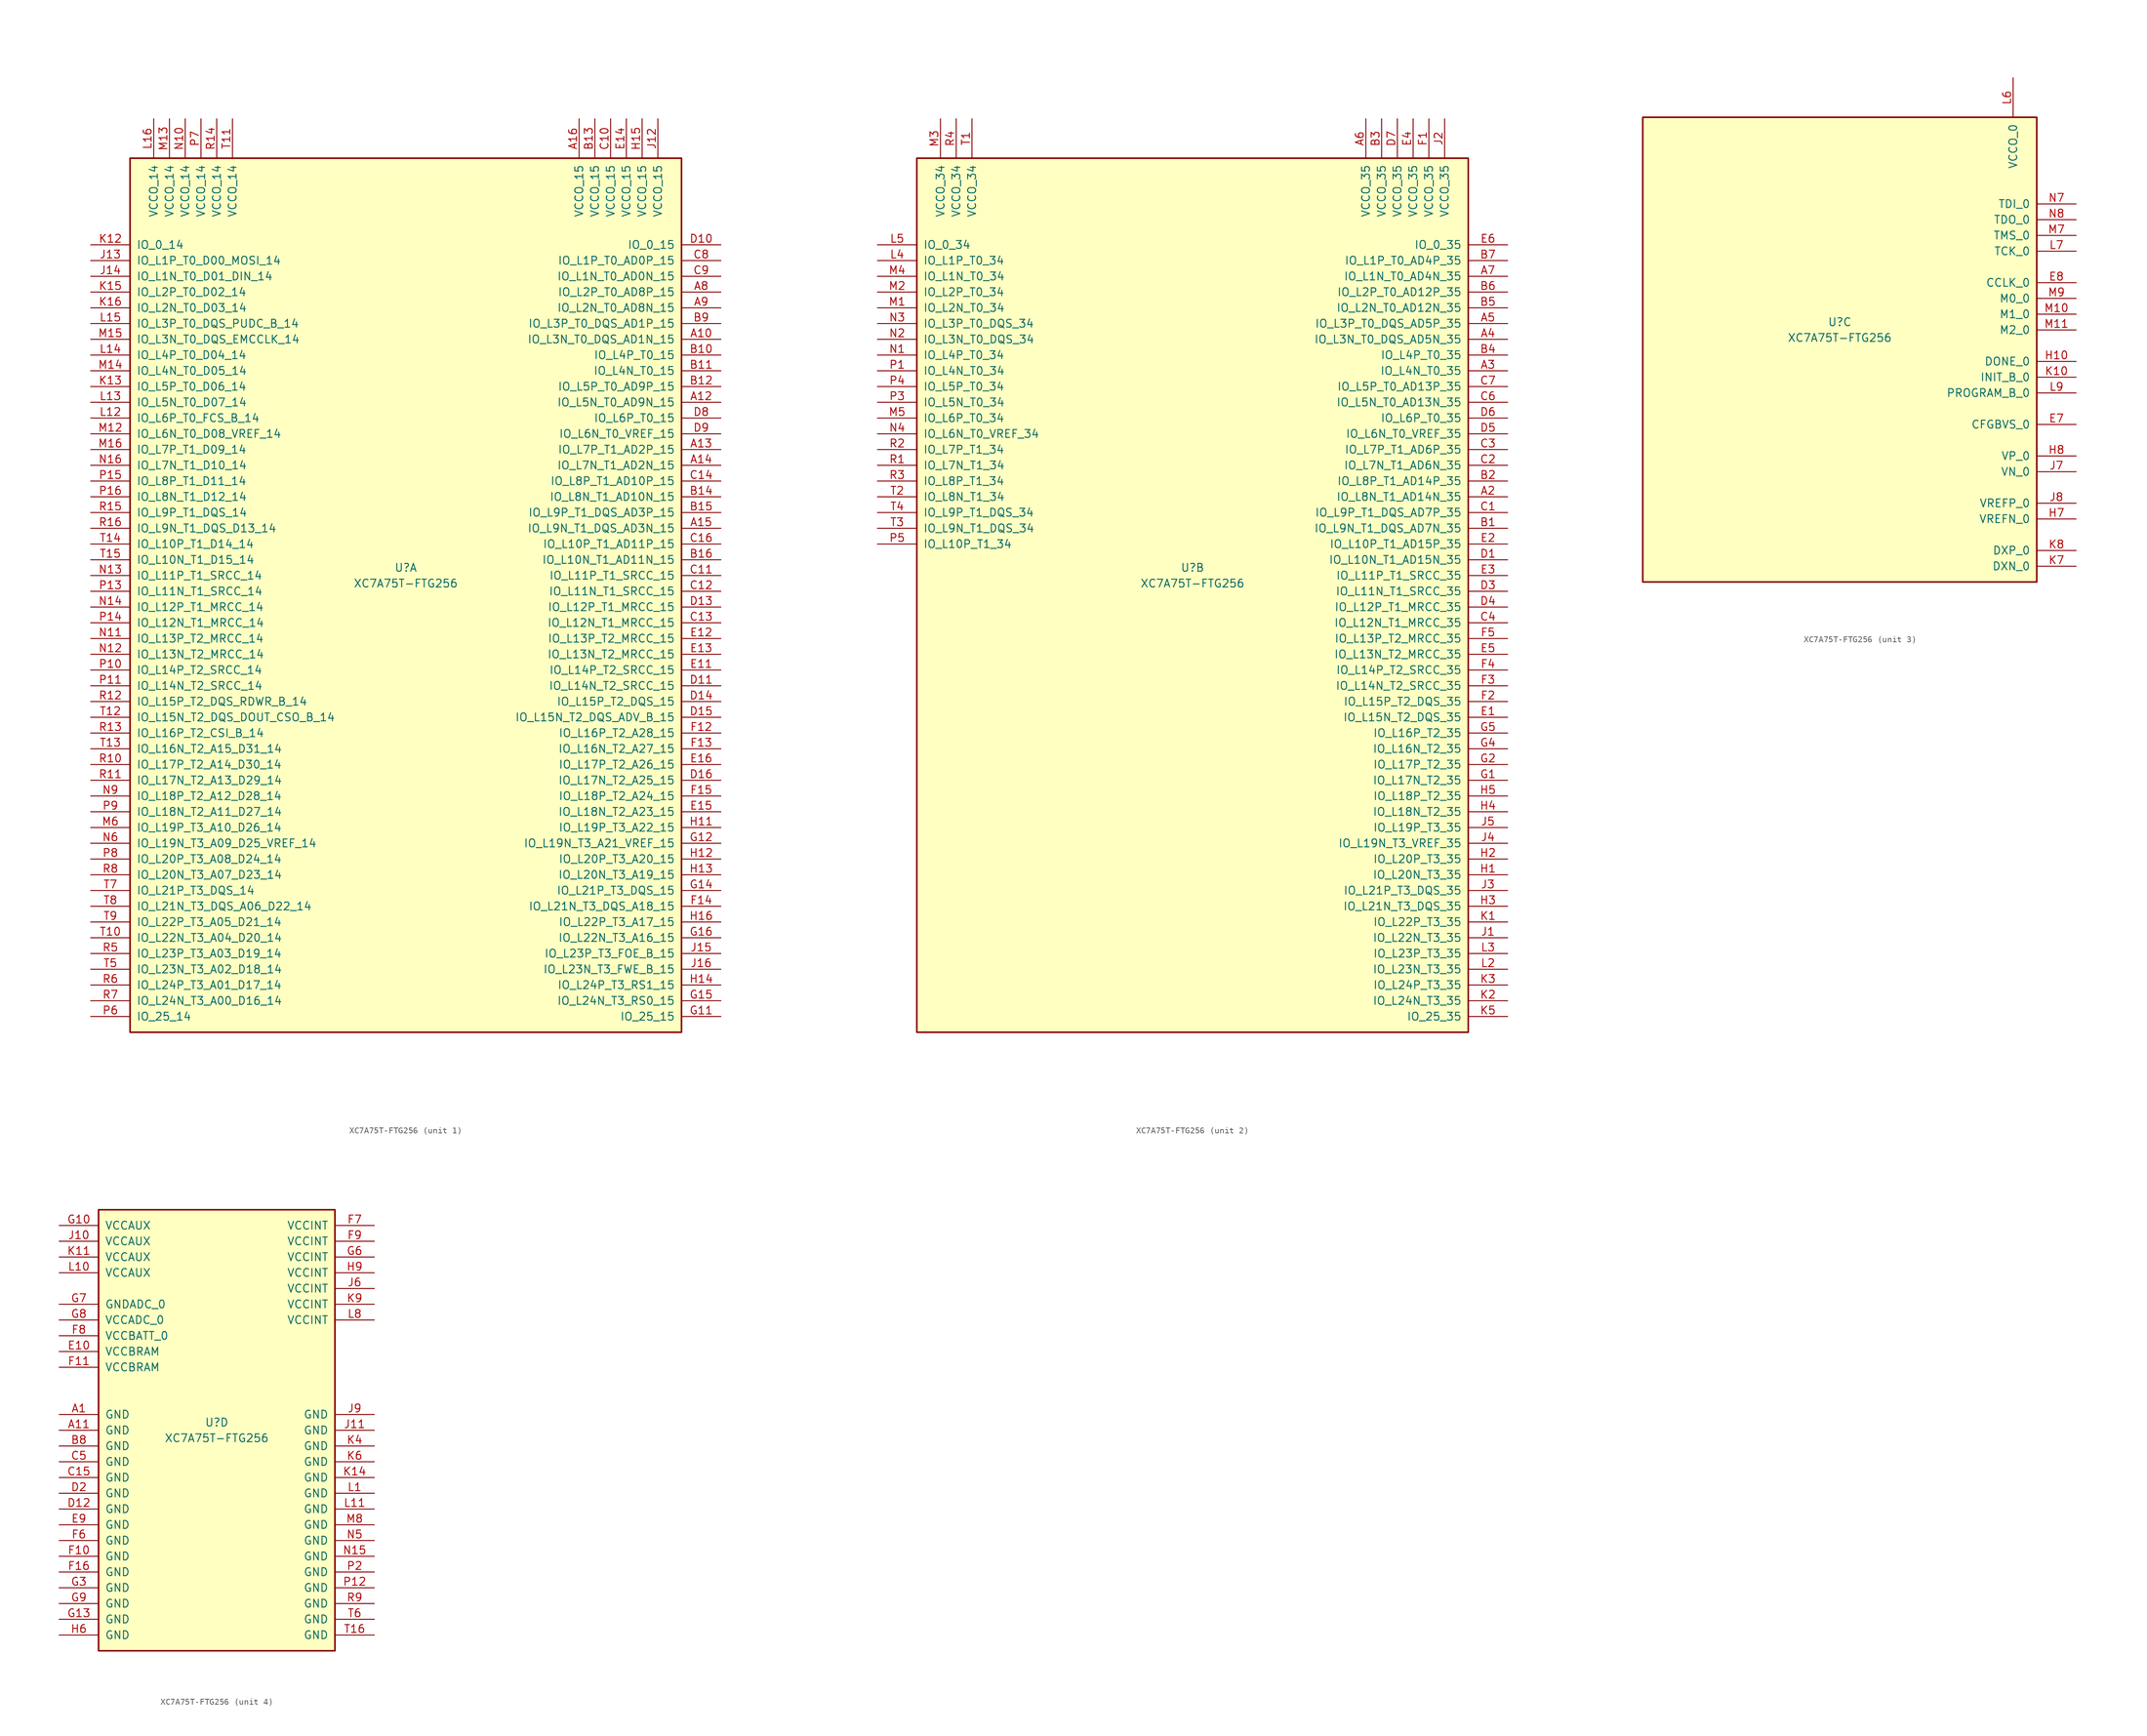
<source format=kicad_sym>
(kicad_symbol_lib
  (version 20201005)
  (generator kicad_symbol_editor)
  (symbol "XC7A75T-FTG256"
    (pin_names
      (offset 1.016))
    (property "Reference" "U"
      (at 0 1.27 0)
      (effects (font (size 1.27 1.27))))
    (property "Value" "XC7A75T-FTG256"
      (at 0 -1.27 0)
      (effects (font (size 1.27 1.27))))
    (property "Datasheet" ""
      (at 0 0 0)
      (effects (font (size 1.27 1.27))))
    (property "ki_locked" ""
      (at 0 0 0)
      (effects (font (size 1.27 1.27))))
    (symbol "XC7A75T-FTG256_1_1"
      (rectangle (start -44.45 67.31) (end 44.45 -73.66) (stroke (width 0.254)) (fill (type background)))
      (pin bidirectional line (at 50.8 38.1 180) (length 6.35) (name "IO_L3N_T0_DQS_AD1N_15" (effects (font (size 1.27 1.27)))) (number "A10" (effects (font (size 1.27 1.27)))))
      (pin bidirectional line (at 50.8 27.94 180) (length 6.35) (name "IO_L5N_T0_AD9N_15" (effects (font (size 1.27 1.27)))) (number "A12" (effects (font (size 1.27 1.27)))))
      (pin bidirectional line (at 50.8 20.32 180) (length 6.35) (name "IO_L7P_T1_AD2P_15" (effects (font (size 1.27 1.27)))) (number "A13" (effects (font (size 1.27 1.27)))))
      (pin bidirectional line (at 50.8 17.78 180) (length 6.35) (name "IO_L7N_T1_AD2N_15" (effects (font (size 1.27 1.27)))) (number "A14" (effects (font (size 1.27 1.27)))))
      (pin bidirectional line (at 50.8 7.62 180) (length 6.35) (name "IO_L9N_T1_DQS_AD3N_15" (effects (font (size 1.27 1.27)))) (number "A15" (effects (font (size 1.27 1.27)))))
      (pin power_in line (at 27.94 73.66 270) (length 6.35) (name "VCCO_15" (effects (font (size 1.27 1.27)))) (number "A16" (effects (font (size 1.27 1.27)))))
      (pin bidirectional line (at 50.8 45.72 180) (length 6.35) (name "IO_L2P_T0_AD8P_15" (effects (font (size 1.27 1.27)))) (number "A8" (effects (font (size 1.27 1.27)))))
      (pin bidirectional line (at 50.8 43.18 180) (length 6.35) (name "IO_L2N_T0_AD8N_15" (effects (font (size 1.27 1.27)))) (number "A9" (effects (font (size 1.27 1.27)))))
      (pin bidirectional line (at 50.8 35.56 180) (length 6.35) (name "IO_L4P_T0_15" (effects (font (size 1.27 1.27)))) (number "B10" (effects (font (size 1.27 1.27)))))
      (pin bidirectional line (at 50.8 33.02 180) (length 6.35) (name "IO_L4N_T0_15" (effects (font (size 1.27 1.27)))) (number "B11" (effects (font (size 1.27 1.27)))))
      (pin bidirectional line (at 50.8 30.48 180) (length 6.35) (name "IO_L5P_T0_AD9P_15" (effects (font (size 1.27 1.27)))) (number "B12" (effects (font (size 1.27 1.27)))))
      (pin power_in line (at 30.48 73.66 270) (length 6.35) (name "VCCO_15" (effects (font (size 1.27 1.27)))) (number "B13" (effects (font (size 1.27 1.27)))))
      (pin bidirectional line (at 50.8 12.7 180) (length 6.35) (name "IO_L8N_T1_AD10N_15" (effects (font (size 1.27 1.27)))) (number "B14" (effects (font (size 1.27 1.27)))))
      (pin bidirectional line (at 50.8 10.16 180) (length 6.35) (name "IO_L9P_T1_DQS_AD3P_15" (effects (font (size 1.27 1.27)))) (number "B15" (effects (font (size 1.27 1.27)))))
      (pin bidirectional line (at 50.8 2.54 180) (length 6.35) (name "IO_L10N_T1_AD11N_15" (effects (font (size 1.27 1.27)))) (number "B16" (effects (font (size 1.27 1.27)))))
      (pin bidirectional line (at 50.8 40.64 180) (length 6.35) (name "IO_L3P_T0_DQS_AD1P_15" (effects (font (size 1.27 1.27)))) (number "B9" (effects (font (size 1.27 1.27)))))
      (pin power_in line (at 33.02 73.66 270) (length 6.35) (name "VCCO_15" (effects (font (size 1.27 1.27)))) (number "C10" (effects (font (size 1.27 1.27)))))
      (pin bidirectional line (at 50.8 0 180) (length 6.35) (name "IO_L11P_T1_SRCC_15" (effects (font (size 1.27 1.27)))) (number "C11" (effects (font (size 1.27 1.27)))))
      (pin bidirectional line (at 50.8 -2.54 180) (length 6.35) (name "IO_L11N_T1_SRCC_15" (effects (font (size 1.27 1.27)))) (number "C12" (effects (font (size 1.27 1.27)))))
      (pin bidirectional line (at 50.8 -7.62 180) (length 6.35) (name "IO_L12N_T1_MRCC_15" (effects (font (size 1.27 1.27)))) (number "C13" (effects (font (size 1.27 1.27)))))
      (pin bidirectional line (at 50.8 15.24 180) (length 6.35) (name "IO_L8P_T1_AD10P_15" (effects (font (size 1.27 1.27)))) (number "C14" (effects (font (size 1.27 1.27)))))
      (pin bidirectional line (at 50.8 5.08 180) (length 6.35) (name "IO_L10P_T1_AD11P_15" (effects (font (size 1.27 1.27)))) (number "C16" (effects (font (size 1.27 1.27)))))
      (pin bidirectional line (at 50.8 50.8 180) (length 6.35) (name "IO_L1P_T0_AD0P_15" (effects (font (size 1.27 1.27)))) (number "C8" (effects (font (size 1.27 1.27)))))
      (pin bidirectional line (at 50.8 48.26 180) (length 6.35) (name "IO_L1N_T0_AD0N_15" (effects (font (size 1.27 1.27)))) (number "C9" (effects (font (size 1.27 1.27)))))
      (pin bidirectional line (at 50.8 53.34 180) (length 6.35) (name "IO_0_15" (effects (font (size 1.27 1.27)))) (number "D10" (effects (font (size 1.27 1.27)))))
      (pin bidirectional line (at 50.8 -17.78 180) (length 6.35) (name "IO_L14N_T2_SRCC_15" (effects (font (size 1.27 1.27)))) (number "D11" (effects (font (size 1.27 1.27)))))
      (pin bidirectional line (at 50.8 -5.08 180) (length 6.35) (name "IO_L12P_T1_MRCC_15" (effects (font (size 1.27 1.27)))) (number "D13" (effects (font (size 1.27 1.27)))))
      (pin bidirectional line (at 50.8 -20.32 180) (length 6.35) (name "IO_L15P_T2_DQS_15" (effects (font (size 1.27 1.27)))) (number "D14" (effects (font (size 1.27 1.27)))))
      (pin bidirectional line (at 50.8 -22.86 180) (length 6.35) (name "IO_L15N_T2_DQS_ADV_B_15" (effects (font (size 1.27 1.27)))) (number "D15" (effects (font (size 1.27 1.27)))))
      (pin bidirectional line (at 50.8 -33.02 180) (length 6.35) (name "IO_L17N_T2_A25_15" (effects (font (size 1.27 1.27)))) (number "D16" (effects (font (size 1.27 1.27)))))
      (pin bidirectional line (at 50.8 25.4 180) (length 6.35) (name "IO_L6P_T0_15" (effects (font (size 1.27 1.27)))) (number "D8" (effects (font (size 1.27 1.27)))))
      (pin bidirectional line (at 50.8 22.86 180) (length 6.35) (name "IO_L6N_T0_VREF_15" (effects (font (size 1.27 1.27)))) (number "D9" (effects (font (size 1.27 1.27)))))
      (pin bidirectional line (at 50.8 -15.24 180) (length 6.35) (name "IO_L14P_T2_SRCC_15" (effects (font (size 1.27 1.27)))) (number "E11" (effects (font (size 1.27 1.27)))))
      (pin bidirectional line (at 50.8 -10.16 180) (length 6.35) (name "IO_L13P_T2_MRCC_15" (effects (font (size 1.27 1.27)))) (number "E12" (effects (font (size 1.27 1.27)))))
      (pin bidirectional line (at 50.8 -12.7 180) (length 6.35) (name "IO_L13N_T2_MRCC_15" (effects (font (size 1.27 1.27)))) (number "E13" (effects (font (size 1.27 1.27)))))
      (pin power_in line (at 35.56 73.66 270) (length 6.35) (name "VCCO_15" (effects (font (size 1.27 1.27)))) (number "E14" (effects (font (size 1.27 1.27)))))
      (pin bidirectional line (at 50.8 -38.1 180) (length 6.35) (name "IO_L18N_T2_A23_15" (effects (font (size 1.27 1.27)))) (number "E15" (effects (font (size 1.27 1.27)))))
      (pin bidirectional line (at 50.8 -30.48 180) (length 6.35) (name "IO_L17P_T2_A26_15" (effects (font (size 1.27 1.27)))) (number "E16" (effects (font (size 1.27 1.27)))))
      (pin bidirectional line (at 50.8 -25.4 180) (length 6.35) (name "IO_L16P_T2_A28_15" (effects (font (size 1.27 1.27)))) (number "F12" (effects (font (size 1.27 1.27)))))
      (pin bidirectional line (at 50.8 -27.94 180) (length 6.35) (name "IO_L16N_T2_A27_15" (effects (font (size 1.27 1.27)))) (number "F13" (effects (font (size 1.27 1.27)))))
      (pin bidirectional line (at 50.8 -53.34 180) (length 6.35) (name "IO_L21N_T3_DQS_A18_15" (effects (font (size 1.27 1.27)))) (number "F14" (effects (font (size 1.27 1.27)))))
      (pin bidirectional line (at 50.8 -35.56 180) (length 6.35) (name "IO_L18P_T2_A24_15" (effects (font (size 1.27 1.27)))) (number "F15" (effects (font (size 1.27 1.27)))))
      (pin bidirectional line (at 50.8 -71.12 180) (length 6.35) (name "IO_25_15" (effects (font (size 1.27 1.27)))) (number "G11" (effects (font (size 1.27 1.27)))))
      (pin bidirectional line (at 50.8 -43.18 180) (length 6.35) (name "IO_L19N_T3_A21_VREF_15" (effects (font (size 1.27 1.27)))) (number "G12" (effects (font (size 1.27 1.27)))))
      (pin bidirectional line (at 50.8 -50.8 180) (length 6.35) (name "IO_L21P_T3_DQS_15" (effects (font (size 1.27 1.27)))) (number "G14" (effects (font (size 1.27 1.27)))))
      (pin bidirectional line (at 50.8 -68.58 180) (length 6.35) (name "IO_L24N_T3_RS0_15" (effects (font (size 1.27 1.27)))) (number "G15" (effects (font (size 1.27 1.27)))))
      (pin bidirectional line (at 50.8 -58.42 180) (length 6.35) (name "IO_L22N_T3_A16_15" (effects (font (size 1.27 1.27)))) (number "G16" (effects (font (size 1.27 1.27)))))
      (pin bidirectional line (at 50.8 -40.64 180) (length 6.35) (name "IO_L19P_T3_A22_15" (effects (font (size 1.27 1.27)))) (number "H11" (effects (font (size 1.27 1.27)))))
      (pin bidirectional line (at 50.8 -45.72 180) (length 6.35) (name "IO_L20P_T3_A20_15" (effects (font (size 1.27 1.27)))) (number "H12" (effects (font (size 1.27 1.27)))))
      (pin bidirectional line (at 50.8 -48.26 180) (length 6.35) (name "IO_L20N_T3_A19_15" (effects (font (size 1.27 1.27)))) (number "H13" (effects (font (size 1.27 1.27)))))
      (pin bidirectional line (at 50.8 -66.04 180) (length 6.35) (name "IO_L24P_T3_RS1_15" (effects (font (size 1.27 1.27)))) (number "H14" (effects (font (size 1.27 1.27)))))
      (pin power_in line (at 38.1 73.66 270) (length 6.35) (name "VCCO_15" (effects (font (size 1.27 1.27)))) (number "H15" (effects (font (size 1.27 1.27)))))
      (pin bidirectional line (at 50.8 -55.88 180) (length 6.35) (name "IO_L22P_T3_A17_15" (effects (font (size 1.27 1.27)))) (number "H16" (effects (font (size 1.27 1.27)))))
      (pin power_in line (at 40.64 73.66 270) (length 6.35) (name "VCCO_15" (effects (font (size 1.27 1.27)))) (number "J12" (effects (font (size 1.27 1.27)))))
      (pin bidirectional line (at -50.8 50.8 0) (length 6.35) (name "IO_L1P_T0_D00_MOSI_14" (effects (font (size 1.27 1.27)))) (number "J13" (effects (font (size 1.27 1.27)))))
      (pin bidirectional line (at -50.8 48.26 0) (length 6.35) (name "IO_L1N_T0_D01_DIN_14" (effects (font (size 1.27 1.27)))) (number "J14" (effects (font (size 1.27 1.27)))))
      (pin bidirectional line (at 50.8 -60.96 180) (length 6.35) (name "IO_L23P_T3_FOE_B_15" (effects (font (size 1.27 1.27)))) (number "J15" (effects (font (size 1.27 1.27)))))
      (pin bidirectional line (at 50.8 -63.5 180) (length 6.35) (name "IO_L23N_T3_FWE_B_15" (effects (font (size 1.27 1.27)))) (number "J16" (effects (font (size 1.27 1.27)))))
      (pin bidirectional line (at -50.8 53.34 0) (length 6.35) (name "IO_0_14" (effects (font (size 1.27 1.27)))) (number "K12" (effects (font (size 1.27 1.27)))))
      (pin bidirectional line (at -50.8 30.48 0) (length 6.35) (name "IO_L5P_T0_D06_14" (effects (font (size 1.27 1.27)))) (number "K13" (effects (font (size 1.27 1.27)))))
      (pin bidirectional line (at -50.8 45.72 0) (length 6.35) (name "IO_L2P_T0_D02_14" (effects (font (size 1.27 1.27)))) (number "K15" (effects (font (size 1.27 1.27)))))
      (pin bidirectional line (at -50.8 43.18 0) (length 6.35) (name "IO_L2N_T0_D03_14" (effects (font (size 1.27 1.27)))) (number "K16" (effects (font (size 1.27 1.27)))))
      (pin bidirectional line (at -50.8 25.4 0) (length 6.35) (name "IO_L6P_T0_FCS_B_14" (effects (font (size 1.27 1.27)))) (number "L12" (effects (font (size 1.27 1.27)))))
      (pin bidirectional line (at -50.8 27.94 0) (length 6.35) (name "IO_L5N_T0_D07_14" (effects (font (size 1.27 1.27)))) (number "L13" (effects (font (size 1.27 1.27)))))
      (pin bidirectional line (at -50.8 35.56 0) (length 6.35) (name "IO_L4P_T0_D04_14" (effects (font (size 1.27 1.27)))) (number "L14" (effects (font (size 1.27 1.27)))))
      (pin bidirectional line (at -50.8 40.64 0) (length 6.35) (name "IO_L3P_T0_DQS_PUDC_B_14" (effects (font (size 1.27 1.27)))) (number "L15" (effects (font (size 1.27 1.27)))))
      (pin power_in line (at -40.64 73.66 270) (length 6.35) (name "VCCO_14" (effects (font (size 1.27 1.27)))) (number "L16" (effects (font (size 1.27 1.27)))))
      (pin bidirectional line (at -50.8 22.86 0) (length 6.35) (name "IO_L6N_T0_D08_VREF_14" (effects (font (size 1.27 1.27)))) (number "M12" (effects (font (size 1.27 1.27)))))
      (pin power_in line (at -38.1 73.66 270) (length 6.35) (name "VCCO_14" (effects (font (size 1.27 1.27)))) (number "M13" (effects (font (size 1.27 1.27)))))
      (pin bidirectional line (at -50.8 33.02 0) (length 6.35) (name "IO_L4N_T0_D05_14" (effects (font (size 1.27 1.27)))) (number "M14" (effects (font (size 1.27 1.27)))))
      (pin bidirectional line (at -50.8 38.1 0) (length 6.35) (name "IO_L3N_T0_DQS_EMCCLK_14" (effects (font (size 1.27 1.27)))) (number "M15" (effects (font (size 1.27 1.27)))))
      (pin bidirectional line (at -50.8 20.32 0) (length 6.35) (name "IO_L7P_T1_D09_14" (effects (font (size 1.27 1.27)))) (number "M16" (effects (font (size 1.27 1.27)))))
      (pin bidirectional line (at -50.8 -40.64 0) (length 6.35) (name "IO_L19P_T3_A10_D26_14" (effects (font (size 1.27 1.27)))) (number "M6" (effects (font (size 1.27 1.27)))))
      (pin power_in line (at -35.56 73.66 270) (length 6.35) (name "VCCO_14" (effects (font (size 1.27 1.27)))) (number "N10" (effects (font (size 1.27 1.27)))))
      (pin bidirectional line (at -50.8 -10.16 0) (length 6.35) (name "IO_L13P_T2_MRCC_14" (effects (font (size 1.27 1.27)))) (number "N11" (effects (font (size 1.27 1.27)))))
      (pin bidirectional line (at -50.8 -12.7 0) (length 6.35) (name "IO_L13N_T2_MRCC_14" (effects (font (size 1.27 1.27)))) (number "N12" (effects (font (size 1.27 1.27)))))
      (pin bidirectional line (at -50.8 0 0) (length 6.35) (name "IO_L11P_T1_SRCC_14" (effects (font (size 1.27 1.27)))) (number "N13" (effects (font (size 1.27 1.27)))))
      (pin bidirectional line (at -50.8 -5.08 0) (length 6.35) (name "IO_L12P_T1_MRCC_14" (effects (font (size 1.27 1.27)))) (number "N14" (effects (font (size 1.27 1.27)))))
      (pin bidirectional line (at -50.8 17.78 0) (length 6.35) (name "IO_L7N_T1_D10_14" (effects (font (size 1.27 1.27)))) (number "N16" (effects (font (size 1.27 1.27)))))
      (pin bidirectional line (at -50.8 -43.18 0) (length 6.35) (name "IO_L19N_T3_A09_D25_VREF_14" (effects (font (size 1.27 1.27)))) (number "N6" (effects (font (size 1.27 1.27)))))
      (pin bidirectional line (at -50.8 -35.56 0) (length 6.35) (name "IO_L18P_T2_A12_D28_14" (effects (font (size 1.27 1.27)))) (number "N9" (effects (font (size 1.27 1.27)))))
      (pin bidirectional line (at -50.8 -15.24 0) (length 6.35) (name "IO_L14P_T2_SRCC_14" (effects (font (size 1.27 1.27)))) (number "P10" (effects (font (size 1.27 1.27)))))
      (pin bidirectional line (at -50.8 -17.78 0) (length 6.35) (name "IO_L14N_T2_SRCC_14" (effects (font (size 1.27 1.27)))) (number "P11" (effects (font (size 1.27 1.27)))))
      (pin bidirectional line (at -50.8 -2.54 0) (length 6.35) (name "IO_L11N_T1_SRCC_14" (effects (font (size 1.27 1.27)))) (number "P13" (effects (font (size 1.27 1.27)))))
      (pin bidirectional line (at -50.8 -7.62 0) (length 6.35) (name "IO_L12N_T1_MRCC_14" (effects (font (size 1.27 1.27)))) (number "P14" (effects (font (size 1.27 1.27)))))
      (pin bidirectional line (at -50.8 15.24 0) (length 6.35) (name "IO_L8P_T1_D11_14" (effects (font (size 1.27 1.27)))) (number "P15" (effects (font (size 1.27 1.27)))))
      (pin bidirectional line (at -50.8 12.7 0) (length 6.35) (name "IO_L8N_T1_D12_14" (effects (font (size 1.27 1.27)))) (number "P16" (effects (font (size 1.27 1.27)))))
      (pin bidirectional line (at -50.8 -71.12 0) (length 6.35) (name "IO_25_14" (effects (font (size 1.27 1.27)))) (number "P6" (effects (font (size 1.27 1.27)))))
      (pin power_in line (at -33.02 73.66 270) (length 6.35) (name "VCCO_14" (effects (font (size 1.27 1.27)))) (number "P7" (effects (font (size 1.27 1.27)))))
      (pin bidirectional line (at -50.8 -45.72 0) (length 6.35) (name "IO_L20P_T3_A08_D24_14" (effects (font (size 1.27 1.27)))) (number "P8" (effects (font (size 1.27 1.27)))))
      (pin bidirectional line (at -50.8 -38.1 0) (length 6.35) (name "IO_L18N_T2_A11_D27_14" (effects (font (size 1.27 1.27)))) (number "P9" (effects (font (size 1.27 1.27)))))
      (pin bidirectional line (at -50.8 -30.48 0) (length 6.35) (name "IO_L17P_T2_A14_D30_14" (effects (font (size 1.27 1.27)))) (number "R10" (effects (font (size 1.27 1.27)))))
      (pin bidirectional line (at -50.8 -33.02 0) (length 6.35) (name "IO_L17N_T2_A13_D29_14" (effects (font (size 1.27 1.27)))) (number "R11" (effects (font (size 1.27 1.27)))))
      (pin bidirectional line (at -50.8 -20.32 0) (length 6.35) (name "IO_L15P_T2_DQS_RDWR_B_14" (effects (font (size 1.27 1.27)))) (number "R12" (effects (font (size 1.27 1.27)))))
      (pin bidirectional line (at -50.8 -25.4 0) (length 6.35) (name "IO_L16P_T2_CSI_B_14" (effects (font (size 1.27 1.27)))) (number "R13" (effects (font (size 1.27 1.27)))))
      (pin power_in line (at -30.48 73.66 270) (length 6.35) (name "VCCO_14" (effects (font (size 1.27 1.27)))) (number "R14" (effects (font (size 1.27 1.27)))))
      (pin bidirectional line (at -50.8 10.16 0) (length 6.35) (name "IO_L9P_T1_DQS_14" (effects (font (size 1.27 1.27)))) (number "R15" (effects (font (size 1.27 1.27)))))
      (pin bidirectional line (at -50.8 7.62 0) (length 6.35) (name "IO_L9N_T1_DQS_D13_14" (effects (font (size 1.27 1.27)))) (number "R16" (effects (font (size 1.27 1.27)))))
      (pin bidirectional line (at -50.8 -60.96 0) (length 6.35) (name "IO_L23P_T3_A03_D19_14" (effects (font (size 1.27 1.27)))) (number "R5" (effects (font (size 1.27 1.27)))))
      (pin bidirectional line (at -50.8 -66.04 0) (length 6.35) (name "IO_L24P_T3_A01_D17_14" (effects (font (size 1.27 1.27)))) (number "R6" (effects (font (size 1.27 1.27)))))
      (pin bidirectional line (at -50.8 -68.58 0) (length 6.35) (name "IO_L24N_T3_A00_D16_14" (effects (font (size 1.27 1.27)))) (number "R7" (effects (font (size 1.27 1.27)))))
      (pin bidirectional line (at -50.8 -48.26 0) (length 6.35) (name "IO_L20N_T3_A07_D23_14" (effects (font (size 1.27 1.27)))) (number "R8" (effects (font (size 1.27 1.27)))))
      (pin bidirectional line (at -50.8 -58.42 0) (length 6.35) (name "IO_L22N_T3_A04_D20_14" (effects (font (size 1.27 1.27)))) (number "T10" (effects (font (size 1.27 1.27)))))
      (pin power_in line (at -27.94 73.66 270) (length 6.35) (name "VCCO_14" (effects (font (size 1.27 1.27)))) (number "T11" (effects (font (size 1.27 1.27)))))
      (pin bidirectional line (at -50.8 -22.86 0) (length 6.35) (name "IO_L15N_T2_DQS_DOUT_CSO_B_14" (effects (font (size 1.27 1.27)))) (number "T12" (effects (font (size 1.27 1.27)))))
      (pin bidirectional line (at -50.8 -27.94 0) (length 6.35) (name "IO_L16N_T2_A15_D31_14" (effects (font (size 1.27 1.27)))) (number "T13" (effects (font (size 1.27 1.27)))))
      (pin bidirectional line (at -50.8 5.08 0) (length 6.35) (name "IO_L10P_T1_D14_14" (effects (font (size 1.27 1.27)))) (number "T14" (effects (font (size 1.27 1.27)))))
      (pin bidirectional line (at -50.8 2.54 0) (length 6.35) (name "IO_L10N_T1_D15_14" (effects (font (size 1.27 1.27)))) (number "T15" (effects (font (size 1.27 1.27)))))
      (pin bidirectional line (at -50.8 -63.5 0) (length 6.35) (name "IO_L23N_T3_A02_D18_14" (effects (font (size 1.27 1.27)))) (number "T5" (effects (font (size 1.27 1.27)))))
      (pin bidirectional line (at -50.8 -50.8 0) (length 6.35) (name "IO_L21P_T3_DQS_14" (effects (font (size 1.27 1.27)))) (number "T7" (effects (font (size 1.27 1.27)))))
      (pin bidirectional line (at -50.8 -53.34 0) (length 6.35) (name "IO_L21N_T3_DQS_A06_D22_14" (effects (font (size 1.27 1.27)))) (number "T8" (effects (font (size 1.27 1.27)))))
      (pin bidirectional line (at -50.8 -55.88 0) (length 6.35) (name "IO_L22P_T3_A05_D21_14" (effects (font (size 1.27 1.27)))) (number "T9" (effects (font (size 1.27 1.27))))))
    (symbol "XC7A75T-FTG256_2_1"
      (rectangle (start -44.45 67.31) (end 44.45 -73.66) (stroke (width 0.254)) (fill (type background)))
      (pin bidirectional line (at 50.8 12.7 180) (length 6.35) (name "IO_L8N_T1_AD14N_35" (effects (font (size 1.27 1.27)))) (number "A2" (effects (font (size 1.27 1.27)))))
      (pin bidirectional line (at 50.8 33.02 180) (length 6.35) (name "IO_L4N_T0_35" (effects (font (size 1.27 1.27)))) (number "A3" (effects (font (size 1.27 1.27)))))
      (pin bidirectional line (at 50.8 38.1 180) (length 6.35) (name "IO_L3N_T0_DQS_AD5N_35" (effects (font (size 1.27 1.27)))) (number "A4" (effects (font (size 1.27 1.27)))))
      (pin bidirectional line (at 50.8 40.64 180) (length 6.35) (name "IO_L3P_T0_DQS_AD5P_35" (effects (font (size 1.27 1.27)))) (number "A5" (effects (font (size 1.27 1.27)))))
      (pin power_in line (at 27.94 73.66 270) (length 6.35) (name "VCCO_35" (effects (font (size 1.27 1.27)))) (number "A6" (effects (font (size 1.27 1.27)))))
      (pin bidirectional line (at 50.8 48.26 180) (length 6.35) (name "IO_L1N_T0_AD4N_35" (effects (font (size 1.27 1.27)))) (number "A7" (effects (font (size 1.27 1.27)))))
      (pin bidirectional line (at 50.8 7.62 180) (length 6.35) (name "IO_L9N_T1_DQS_AD7N_35" (effects (font (size 1.27 1.27)))) (number "B1" (effects (font (size 1.27 1.27)))))
      (pin bidirectional line (at 50.8 15.24 180) (length 6.35) (name "IO_L8P_T1_AD14P_35" (effects (font (size 1.27 1.27)))) (number "B2" (effects (font (size 1.27 1.27)))))
      (pin power_in line (at 30.48 73.66 270) (length 6.35) (name "VCCO_35" (effects (font (size 1.27 1.27)))) (number "B3" (effects (font (size 1.27 1.27)))))
      (pin bidirectional line (at 50.8 35.56 180) (length 6.35) (name "IO_L4P_T0_35" (effects (font (size 1.27 1.27)))) (number "B4" (effects (font (size 1.27 1.27)))))
      (pin bidirectional line (at 50.8 43.18 180) (length 6.35) (name "IO_L2N_T0_AD12N_35" (effects (font (size 1.27 1.27)))) (number "B5" (effects (font (size 1.27 1.27)))))
      (pin bidirectional line (at 50.8 45.72 180) (length 6.35) (name "IO_L2P_T0_AD12P_35" (effects (font (size 1.27 1.27)))) (number "B6" (effects (font (size 1.27 1.27)))))
      (pin bidirectional line (at 50.8 50.8 180) (length 6.35) (name "IO_L1P_T0_AD4P_35" (effects (font (size 1.27 1.27)))) (number "B7" (effects (font (size 1.27 1.27)))))
      (pin bidirectional line (at 50.8 10.16 180) (length 6.35) (name "IO_L9P_T1_DQS_AD7P_35" (effects (font (size 1.27 1.27)))) (number "C1" (effects (font (size 1.27 1.27)))))
      (pin bidirectional line (at 50.8 17.78 180) (length 6.35) (name "IO_L7N_T1_AD6N_35" (effects (font (size 1.27 1.27)))) (number "C2" (effects (font (size 1.27 1.27)))))
      (pin bidirectional line (at 50.8 20.32 180) (length 6.35) (name "IO_L7P_T1_AD6P_35" (effects (font (size 1.27 1.27)))) (number "C3" (effects (font (size 1.27 1.27)))))
      (pin bidirectional line (at 50.8 -7.62 180) (length 6.35) (name "IO_L12N_T1_MRCC_35" (effects (font (size 1.27 1.27)))) (number "C4" (effects (font (size 1.27 1.27)))))
      (pin bidirectional line (at 50.8 27.94 180) (length 6.35) (name "IO_L5N_T0_AD13N_35" (effects (font (size 1.27 1.27)))) (number "C6" (effects (font (size 1.27 1.27)))))
      (pin bidirectional line (at 50.8 30.48 180) (length 6.35) (name "IO_L5P_T0_AD13P_35" (effects (font (size 1.27 1.27)))) (number "C7" (effects (font (size 1.27 1.27)))))
      (pin bidirectional line (at 50.8 2.54 180) (length 6.35) (name "IO_L10N_T1_AD15N_35" (effects (font (size 1.27 1.27)))) (number "D1" (effects (font (size 1.27 1.27)))))
      (pin bidirectional line (at 50.8 -2.54 180) (length 6.35) (name "IO_L11N_T1_SRCC_35" (effects (font (size 1.27 1.27)))) (number "D3" (effects (font (size 1.27 1.27)))))
      (pin bidirectional line (at 50.8 -5.08 180) (length 6.35) (name "IO_L12P_T1_MRCC_35" (effects (font (size 1.27 1.27)))) (number "D4" (effects (font (size 1.27 1.27)))))
      (pin bidirectional line (at 50.8 22.86 180) (length 6.35) (name "IO_L6N_T0_VREF_35" (effects (font (size 1.27 1.27)))) (number "D5" (effects (font (size 1.27 1.27)))))
      (pin bidirectional line (at 50.8 25.4 180) (length 6.35) (name "IO_L6P_T0_35" (effects (font (size 1.27 1.27)))) (number "D6" (effects (font (size 1.27 1.27)))))
      (pin power_in line (at 33.02 73.66 270) (length 6.35) (name "VCCO_35" (effects (font (size 1.27 1.27)))) (number "D7" (effects (font (size 1.27 1.27)))))
      (pin bidirectional line (at 50.8 -22.86 180) (length 6.35) (name "IO_L15N_T2_DQS_35" (effects (font (size 1.27 1.27)))) (number "E1" (effects (font (size 1.27 1.27)))))
      (pin bidirectional line (at 50.8 5.08 180) (length 6.35) (name "IO_L10P_T1_AD15P_35" (effects (font (size 1.27 1.27)))) (number "E2" (effects (font (size 1.27 1.27)))))
      (pin bidirectional line (at 50.8 0 180) (length 6.35) (name "IO_L11P_T1_SRCC_35" (effects (font (size 1.27 1.27)))) (number "E3" (effects (font (size 1.27 1.27)))))
      (pin power_in line (at 35.56 73.66 270) (length 6.35) (name "VCCO_35" (effects (font (size 1.27 1.27)))) (number "E4" (effects (font (size 1.27 1.27)))))
      (pin bidirectional line (at 50.8 -12.7 180) (length 6.35) (name "IO_L13N_T2_MRCC_35" (effects (font (size 1.27 1.27)))) (number "E5" (effects (font (size 1.27 1.27)))))
      (pin bidirectional line (at 50.8 53.34 180) (length 6.35) (name "IO_0_35" (effects (font (size 1.27 1.27)))) (number "E6" (effects (font (size 1.27 1.27)))))
      (pin power_in line (at 38.1 73.66 270) (length 6.35) (name "VCCO_35" (effects (font (size 1.27 1.27)))) (number "F1" (effects (font (size 1.27 1.27)))))
      (pin bidirectional line (at 50.8 -20.32 180) (length 6.35) (name "IO_L15P_T2_DQS_35" (effects (font (size 1.27 1.27)))) (number "F2" (effects (font (size 1.27 1.27)))))
      (pin bidirectional line (at 50.8 -17.78 180) (length 6.35) (name "IO_L14N_T2_SRCC_35" (effects (font (size 1.27 1.27)))) (number "F3" (effects (font (size 1.27 1.27)))))
      (pin bidirectional line (at 50.8 -15.24 180) (length 6.35) (name "IO_L14P_T2_SRCC_35" (effects (font (size 1.27 1.27)))) (number "F4" (effects (font (size 1.27 1.27)))))
      (pin bidirectional line (at 50.8 -10.16 180) (length 6.35) (name "IO_L13P_T2_MRCC_35" (effects (font (size 1.27 1.27)))) (number "F5" (effects (font (size 1.27 1.27)))))
      (pin bidirectional line (at 50.8 -33.02 180) (length 6.35) (name "IO_L17N_T2_35" (effects (font (size 1.27 1.27)))) (number "G1" (effects (font (size 1.27 1.27)))))
      (pin bidirectional line (at 50.8 -30.48 180) (length 6.35) (name "IO_L17P_T2_35" (effects (font (size 1.27 1.27)))) (number "G2" (effects (font (size 1.27 1.27)))))
      (pin bidirectional line (at 50.8 -27.94 180) (length 6.35) (name "IO_L16N_T2_35" (effects (font (size 1.27 1.27)))) (number "G4" (effects (font (size 1.27 1.27)))))
      (pin bidirectional line (at 50.8 -25.4 180) (length 6.35) (name "IO_L16P_T2_35" (effects (font (size 1.27 1.27)))) (number "G5" (effects (font (size 1.27 1.27)))))
      (pin bidirectional line (at 50.8 -48.26 180) (length 6.35) (name "IO_L20N_T3_35" (effects (font (size 1.27 1.27)))) (number "H1" (effects (font (size 1.27 1.27)))))
      (pin bidirectional line (at 50.8 -45.72 180) (length 6.35) (name "IO_L20P_T3_35" (effects (font (size 1.27 1.27)))) (number "H2" (effects (font (size 1.27 1.27)))))
      (pin bidirectional line (at 50.8 -53.34 180) (length 6.35) (name "IO_L21N_T3_DQS_35" (effects (font (size 1.27 1.27)))) (number "H3" (effects (font (size 1.27 1.27)))))
      (pin bidirectional line (at 50.8 -38.1 180) (length 6.35) (name "IO_L18N_T2_35" (effects (font (size 1.27 1.27)))) (number "H4" (effects (font (size 1.27 1.27)))))
      (pin bidirectional line (at 50.8 -35.56 180) (length 6.35) (name "IO_L18P_T2_35" (effects (font (size 1.27 1.27)))) (number "H5" (effects (font (size 1.27 1.27)))))
      (pin bidirectional line (at 50.8 -58.42 180) (length 6.35) (name "IO_L22N_T3_35" (effects (font (size 1.27 1.27)))) (number "J1" (effects (font (size 1.27 1.27)))))
      (pin power_in line (at 40.64 73.66 270) (length 6.35) (name "VCCO_35" (effects (font (size 1.27 1.27)))) (number "J2" (effects (font (size 1.27 1.27)))))
      (pin bidirectional line (at 50.8 -50.8 180) (length 6.35) (name "IO_L21P_T3_DQS_35" (effects (font (size 1.27 1.27)))) (number "J3" (effects (font (size 1.27 1.27)))))
      (pin bidirectional line (at 50.8 -43.18 180) (length 6.35) (name "IO_L19N_T3_VREF_35" (effects (font (size 1.27 1.27)))) (number "J4" (effects (font (size 1.27 1.27)))))
      (pin bidirectional line (at 50.8 -40.64 180) (length 6.35) (name "IO_L19P_T3_35" (effects (font (size 1.27 1.27)))) (number "J5" (effects (font (size 1.27 1.27)))))
      (pin bidirectional line (at 50.8 -55.88 180) (length 6.35) (name "IO_L22P_T3_35" (effects (font (size 1.27 1.27)))) (number "K1" (effects (font (size 1.27 1.27)))))
      (pin bidirectional line (at 50.8 -68.58 180) (length 6.35) (name "IO_L24N_T3_35" (effects (font (size 1.27 1.27)))) (number "K2" (effects (font (size 1.27 1.27)))))
      (pin bidirectional line (at 50.8 -66.04 180) (length 6.35) (name "IO_L24P_T3_35" (effects (font (size 1.27 1.27)))) (number "K3" (effects (font (size 1.27 1.27)))))
      (pin bidirectional line (at 50.8 -71.12 180) (length 6.35) (name "IO_25_35" (effects (font (size 1.27 1.27)))) (number "K5" (effects (font (size 1.27 1.27)))))
      (pin bidirectional line (at 50.8 -63.5 180) (length 6.35) (name "IO_L23N_T3_35" (effects (font (size 1.27 1.27)))) (number "L2" (effects (font (size 1.27 1.27)))))
      (pin bidirectional line (at 50.8 -60.96 180) (length 6.35) (name "IO_L23P_T3_35" (effects (font (size 1.27 1.27)))) (number "L3" (effects (font (size 1.27 1.27)))))
      (pin bidirectional line (at -50.8 50.8 0) (length 6.35) (name "IO_L1P_T0_34" (effects (font (size 1.27 1.27)))) (number "L4" (effects (font (size 1.27 1.27)))))
      (pin bidirectional line (at -50.8 53.34 0) (length 6.35) (name "IO_0_34" (effects (font (size 1.27 1.27)))) (number "L5" (effects (font (size 1.27 1.27)))))
      (pin bidirectional line (at -50.8 43.18 0) (length 6.35) (name "IO_L2N_T0_34" (effects (font (size 1.27 1.27)))) (number "M1" (effects (font (size 1.27 1.27)))))
      (pin bidirectional line (at -50.8 45.72 0) (length 6.35) (name "IO_L2P_T0_34" (effects (font (size 1.27 1.27)))) (number "M2" (effects (font (size 1.27 1.27)))))
      (pin power_in line (at -40.64 73.66 270) (length 6.35) (name "VCCO_34" (effects (font (size 1.27 1.27)))) (number "M3" (effects (font (size 1.27 1.27)))))
      (pin bidirectional line (at -50.8 48.26 0) (length 6.35) (name "IO_L1N_T0_34" (effects (font (size 1.27 1.27)))) (number "M4" (effects (font (size 1.27 1.27)))))
      (pin bidirectional line (at -50.8 25.4 0) (length 6.35) (name "IO_L6P_T0_34" (effects (font (size 1.27 1.27)))) (number "M5" (effects (font (size 1.27 1.27)))))
      (pin bidirectional line (at -50.8 35.56 0) (length 6.35) (name "IO_L4P_T0_34" (effects (font (size 1.27 1.27)))) (number "N1" (effects (font (size 1.27 1.27)))))
      (pin bidirectional line (at -50.8 38.1 0) (length 6.35) (name "IO_L3N_T0_DQS_34" (effects (font (size 1.27 1.27)))) (number "N2" (effects (font (size 1.27 1.27)))))
      (pin bidirectional line (at -50.8 40.64 0) (length 6.35) (name "IO_L3P_T0_DQS_34" (effects (font (size 1.27 1.27)))) (number "N3" (effects (font (size 1.27 1.27)))))
      (pin bidirectional line (at -50.8 22.86 0) (length 6.35) (name "IO_L6N_T0_VREF_34" (effects (font (size 1.27 1.27)))) (number "N4" (effects (font (size 1.27 1.27)))))
      (pin bidirectional line (at -50.8 33.02 0) (length 6.35) (name "IO_L4N_T0_34" (effects (font (size 1.27 1.27)))) (number "P1" (effects (font (size 1.27 1.27)))))
      (pin bidirectional line (at -50.8 27.94 0) (length 6.35) (name "IO_L5N_T0_34" (effects (font (size 1.27 1.27)))) (number "P3" (effects (font (size 1.27 1.27)))))
      (pin bidirectional line (at -50.8 30.48 0) (length 6.35) (name "IO_L5P_T0_34" (effects (font (size 1.27 1.27)))) (number "P4" (effects (font (size 1.27 1.27)))))
      (pin bidirectional line (at -50.8 5.08 0) (length 6.35) (name "IO_L10P_T1_34" (effects (font (size 1.27 1.27)))) (number "P5" (effects (font (size 1.27 1.27)))))
      (pin bidirectional line (at -50.8 17.78 0) (length 6.35) (name "IO_L7N_T1_34" (effects (font (size 1.27 1.27)))) (number "R1" (effects (font (size 1.27 1.27)))))
      (pin bidirectional line (at -50.8 20.32 0) (length 6.35) (name "IO_L7P_T1_34" (effects (font (size 1.27 1.27)))) (number "R2" (effects (font (size 1.27 1.27)))))
      (pin bidirectional line (at -50.8 15.24 0) (length 6.35) (name "IO_L8P_T1_34" (effects (font (size 1.27 1.27)))) (number "R3" (effects (font (size 1.27 1.27)))))
      (pin power_in line (at -38.1 73.66 270) (length 6.35) (name "VCCO_34" (effects (font (size 1.27 1.27)))) (number "R4" (effects (font (size 1.27 1.27)))))
      (pin power_in line (at -35.56 73.66 270) (length 6.35) (name "VCCO_34" (effects (font (size 1.27 1.27)))) (number "T1" (effects (font (size 1.27 1.27)))))
      (pin bidirectional line (at -50.8 12.7 0) (length 6.35) (name "IO_L8N_T1_34" (effects (font (size 1.27 1.27)))) (number "T2" (effects (font (size 1.27 1.27)))))
      (pin bidirectional line (at -50.8 7.62 0) (length 6.35) (name "IO_L9N_T1_DQS_34" (effects (font (size 1.27 1.27)))) (number "T3" (effects (font (size 1.27 1.27)))))
      (pin bidirectional line (at -50.8 10.16 0) (length 6.35) (name "IO_L9P_T1_DQS_34" (effects (font (size 1.27 1.27)))) (number "T4" (effects (font (size 1.27 1.27))))))
    (symbol "XC7A75T-FTG256_3_1"
      (rectangle (start -31.75 34.29) (end 31.75 -40.64) (stroke (width 0.254)) (fill (type background)))
      (pin bidirectional line (at 38.1 -15.24 180) (length 6.35) (name "CFGBVS_0" (effects (font (size 1.27 1.27)))) (number "E7" (effects (font (size 1.27 1.27)))))
      (pin bidirectional line (at 38.1 7.62 180) (length 6.35) (name "CCLK_0" (effects (font (size 1.27 1.27)))) (number "E8" (effects (font (size 1.27 1.27)))))
      (pin bidirectional line (at 38.1 -5.08 180) (length 6.35) (name "DONE_0" (effects (font (size 1.27 1.27)))) (number "H10" (effects (font (size 1.27 1.27)))))
      (pin bidirectional line (at 38.1 -30.48 180) (length 6.35) (name "VREFN_0" (effects (font (size 1.27 1.27)))) (number "H7" (effects (font (size 1.27 1.27)))))
      (pin bidirectional line (at 38.1 -20.32 180) (length 6.35) (name "VP_0" (effects (font (size 1.27 1.27)))) (number "H8" (effects (font (size 1.27 1.27)))))
      (pin bidirectional line (at 38.1 -22.86 180) (length 6.35) (name "VN_0" (effects (font (size 1.27 1.27)))) (number "J7" (effects (font (size 1.27 1.27)))))
      (pin bidirectional line (at 38.1 -27.94 180) (length 6.35) (name "VREFP_0" (effects (font (size 1.27 1.27)))) (number "J8" (effects (font (size 1.27 1.27)))))
      (pin bidirectional line (at 38.1 -7.62 180) (length 6.35) (name "INIT_B_0" (effects (font (size 1.27 1.27)))) (number "K10" (effects (font (size 1.27 1.27)))))
      (pin bidirectional line (at 38.1 -38.1 180) (length 6.35) (name "DXN_0" (effects (font (size 1.27 1.27)))) (number "K7" (effects (font (size 1.27 1.27)))))
      (pin bidirectional line (at 38.1 -35.56 180) (length 6.35) (name "DXP_0" (effects (font (size 1.27 1.27)))) (number "K8" (effects (font (size 1.27 1.27)))))
      (pin power_in line (at 27.94 40.64 270) (length 6.35) (name "VCCO_0" (effects (font (size 1.27 1.27)))) (number "L6" (effects (font (size 1.27 1.27)))))
      (pin bidirectional line (at 38.1 12.7 180) (length 6.35) (name "TCK_0" (effects (font (size 1.27 1.27)))) (number "L7" (effects (font (size 1.27 1.27)))))
      (pin bidirectional line (at 38.1 -10.16 180) (length 6.35) (name "PROGRAM_B_0" (effects (font (size 1.27 1.27)))) (number "L9" (effects (font (size 1.27 1.27)))))
      (pin bidirectional line (at 38.1 2.54 180) (length 6.35) (name "M1_0" (effects (font (size 1.27 1.27)))) (number "M10" (effects (font (size 1.27 1.27)))))
      (pin bidirectional line (at 38.1 0 180) (length 6.35) (name "M2_0" (effects (font (size 1.27 1.27)))) (number "M11" (effects (font (size 1.27 1.27)))))
      (pin bidirectional line (at 38.1 15.24 180) (length 6.35) (name "TMS_0" (effects (font (size 1.27 1.27)))) (number "M7" (effects (font (size 1.27 1.27)))))
      (pin bidirectional line (at 38.1 5.08 180) (length 6.35) (name "M0_0" (effects (font (size 1.27 1.27)))) (number "M9" (effects (font (size 1.27 1.27)))))
      (pin bidirectional line (at 38.1 20.32 180) (length 6.35) (name "TDI_0" (effects (font (size 1.27 1.27)))) (number "N7" (effects (font (size 1.27 1.27)))))
      (pin bidirectional line (at 38.1 17.78 180) (length 6.35) (name "TDO_0" (effects (font (size 1.27 1.27)))) (number "N8" (effects (font (size 1.27 1.27))))))
    (symbol "XC7A75T-FTG256_4_1"
      (rectangle (start -19.05 35.56) (end 19.05 -35.56) (stroke (width 0.254)) (fill (type background)))
      (pin power_in line (at -25.4 2.54 0) (length 6.35) (name "GND" (effects (font (size 1.27 1.27)))) (number "A1" (effects (font (size 1.27 1.27)))))
      (pin power_in line (at -25.4 0 0) (length 6.35) (name "GND" (effects (font (size 1.27 1.27)))) (number "A11" (effects (font (size 1.27 1.27)))))
      (pin power_in line (at -25.4 -2.54 0) (length 6.35) (name "GND" (effects (font (size 1.27 1.27)))) (number "B8" (effects (font (size 1.27 1.27)))))
      (pin power_in line (at -25.4 -7.62 0) (length 6.35) (name "GND" (effects (font (size 1.27 1.27)))) (number "C15" (effects (font (size 1.27 1.27)))))
      (pin power_in line (at -25.4 -5.08 0) (length 6.35) (name "GND" (effects (font (size 1.27 1.27)))) (number "C5" (effects (font (size 1.27 1.27)))))
      (pin power_in line (at -25.4 -12.7 0) (length 6.35) (name "GND" (effects (font (size 1.27 1.27)))) (number "D12" (effects (font (size 1.27 1.27)))))
      (pin power_in line (at -25.4 -10.16 0) (length 6.35) (name "GND" (effects (font (size 1.27 1.27)))) (number "D2" (effects (font (size 1.27 1.27)))))
      (pin power_in line (at -25.4 12.7 0) (length 6.35) (name "VCCBRAM" (effects (font (size 1.27 1.27)))) (number "E10" (effects (font (size 1.27 1.27)))))
      (pin power_in line (at -25.4 -15.24 0) (length 6.35) (name "GND" (effects (font (size 1.27 1.27)))) (number "E9" (effects (font (size 1.27 1.27)))))
      (pin power_in line (at -25.4 -20.32 0) (length 6.35) (name "GND" (effects (font (size 1.27 1.27)))) (number "F10" (effects (font (size 1.27 1.27)))))
      (pin power_in line (at -25.4 10.16 0) (length 6.35) (name "VCCBRAM" (effects (font (size 1.27 1.27)))) (number "F11" (effects (font (size 1.27 1.27)))))
      (pin power_in line (at -25.4 -22.86 0) (length 6.35) (name "GND" (effects (font (size 1.27 1.27)))) (number "F16" (effects (font (size 1.27 1.27)))))
      (pin power_in line (at -25.4 -17.78 0) (length 6.35) (name "GND" (effects (font (size 1.27 1.27)))) (number "F6" (effects (font (size 1.27 1.27)))))
      (pin power_in line (at 25.4 33.02 180) (length 6.35) (name "VCCINT" (effects (font (size 1.27 1.27)))) (number "F7" (effects (font (size 1.27 1.27)))))
      (pin power_in line (at -25.4 15.24 0) (length 6.35) (name "VCCBATT_0" (effects (font (size 1.27 1.27)))) (number "F8" (effects (font (size 1.27 1.27)))))
      (pin power_in line (at 25.4 30.48 180) (length 6.35) (name "VCCINT" (effects (font (size 1.27 1.27)))) (number "F9" (effects (font (size 1.27 1.27)))))
      (pin power_in line (at -25.4 33.02 0) (length 6.35) (name "VCCAUX" (effects (font (size 1.27 1.27)))) (number "G10" (effects (font (size 1.27 1.27)))))
      (pin power_in line (at -25.4 -30.48 0) (length 6.35) (name "GND" (effects (font (size 1.27 1.27)))) (number "G13" (effects (font (size 1.27 1.27)))))
      (pin power_in line (at -25.4 -25.4 0) (length 6.35) (name "GND" (effects (font (size 1.27 1.27)))) (number "G3" (effects (font (size 1.27 1.27)))))
      (pin power_in line (at 25.4 27.94 180) (length 6.35) (name "VCCINT" (effects (font (size 1.27 1.27)))) (number "G6" (effects (font (size 1.27 1.27)))))
      (pin power_in line (at -25.4 20.32 0) (length 6.35) (name "GNDADC_0" (effects (font (size 1.27 1.27)))) (number "G7" (effects (font (size 1.27 1.27)))))
      (pin power_in line (at -25.4 17.78 0) (length 6.35) (name "VCCADC_0" (effects (font (size 1.27 1.27)))) (number "G8" (effects (font (size 1.27 1.27)))))
      (pin power_in line (at -25.4 -27.94 0) (length 6.35) (name "GND" (effects (font (size 1.27 1.27)))) (number "G9" (effects (font (size 1.27 1.27)))))
      (pin power_in line (at -25.4 -33.02 0) (length 6.35) (name "GND" (effects (font (size 1.27 1.27)))) (number "H6" (effects (font (size 1.27 1.27)))))
      (pin power_in line (at 25.4 25.4 180) (length 6.35) (name "VCCINT" (effects (font (size 1.27 1.27)))) (number "H9" (effects (font (size 1.27 1.27)))))
      (pin power_in line (at -25.4 30.48 0) (length 6.35) (name "VCCAUX" (effects (font (size 1.27 1.27)))) (number "J10" (effects (font (size 1.27 1.27)))))
      (pin power_in line (at 25.4 0 180) (length 6.35) (name "GND" (effects (font (size 1.27 1.27)))) (number "J11" (effects (font (size 1.27 1.27)))))
      (pin power_in line (at 25.4 22.86 180) (length 6.35) (name "VCCINT" (effects (font (size 1.27 1.27)))) (number "J6" (effects (font (size 1.27 1.27)))))
      (pin power_in line (at 25.4 2.54 180) (length 6.35) (name "GND" (effects (font (size 1.27 1.27)))) (number "J9" (effects (font (size 1.27 1.27)))))
      (pin power_in line (at -25.4 27.94 0) (length 6.35) (name "VCCAUX" (effects (font (size 1.27 1.27)))) (number "K11" (effects (font (size 1.27 1.27)))))
      (pin power_in line (at 25.4 -7.62 180) (length 6.35) (name "GND" (effects (font (size 1.27 1.27)))) (number "K14" (effects (font (size 1.27 1.27)))))
      (pin power_in line (at 25.4 -2.54 180) (length 6.35) (name "GND" (effects (font (size 1.27 1.27)))) (number "K4" (effects (font (size 1.27 1.27)))))
      (pin power_in line (at 25.4 -5.08 180) (length 6.35) (name "GND" (effects (font (size 1.27 1.27)))) (number "K6" (effects (font (size 1.27 1.27)))))
      (pin power_in line (at 25.4 20.32 180) (length 6.35) (name "VCCINT" (effects (font (size 1.27 1.27)))) (number "K9" (effects (font (size 1.27 1.27)))))
      (pin power_in line (at 25.4 -10.16 180) (length 6.35) (name "GND" (effects (font (size 1.27 1.27)))) (number "L1" (effects (font (size 1.27 1.27)))))
      (pin power_in line (at -25.4 25.4 0) (length 6.35) (name "VCCAUX" (effects (font (size 1.27 1.27)))) (number "L10" (effects (font (size 1.27 1.27)))))
      (pin power_in line (at 25.4 -12.7 180) (length 6.35) (name "GND" (effects (font (size 1.27 1.27)))) (number "L11" (effects (font (size 1.27 1.27)))))
      (pin power_in line (at 25.4 17.78 180) (length 6.35) (name "VCCINT" (effects (font (size 1.27 1.27)))) (number "L8" (effects (font (size 1.27 1.27)))))
      (pin power_in line (at 25.4 -15.24 180) (length 6.35) (name "GND" (effects (font (size 1.27 1.27)))) (number "M8" (effects (font (size 1.27 1.27)))))
      (pin power_in line (at 25.4 -20.32 180) (length 6.35) (name "GND" (effects (font (size 1.27 1.27)))) (number "N15" (effects (font (size 1.27 1.27)))))
      (pin power_in line (at 25.4 -17.78 180) (length 6.35) (name "GND" (effects (font (size 1.27 1.27)))) (number "N5" (effects (font (size 1.27 1.27)))))
      (pin power_in line (at 25.4 -25.4 180) (length 6.35) (name "GND" (effects (font (size 1.27 1.27)))) (number "P12" (effects (font (size 1.27 1.27)))))
      (pin power_in line (at 25.4 -22.86 180) (length 6.35) (name "GND" (effects (font (size 1.27 1.27)))) (number "P2" (effects (font (size 1.27 1.27)))))
      (pin power_in line (at 25.4 -27.94 180) (length 6.35) (name "GND" (effects (font (size 1.27 1.27)))) (number "R9" (effects (font (size 1.27 1.27)))))
      (pin power_in line (at 25.4 -33.02 180) (length 6.35) (name "GND" (effects (font (size 1.27 1.27)))) (number "T16" (effects (font (size 1.27 1.27)))))
      (pin power_in line (at 25.4 -30.48 180) (length 6.35) (name "GND" (effects (font (size 1.27 1.27)))) (number "T6" (effects (font (size 1.27 1.27))))))))
</source>
